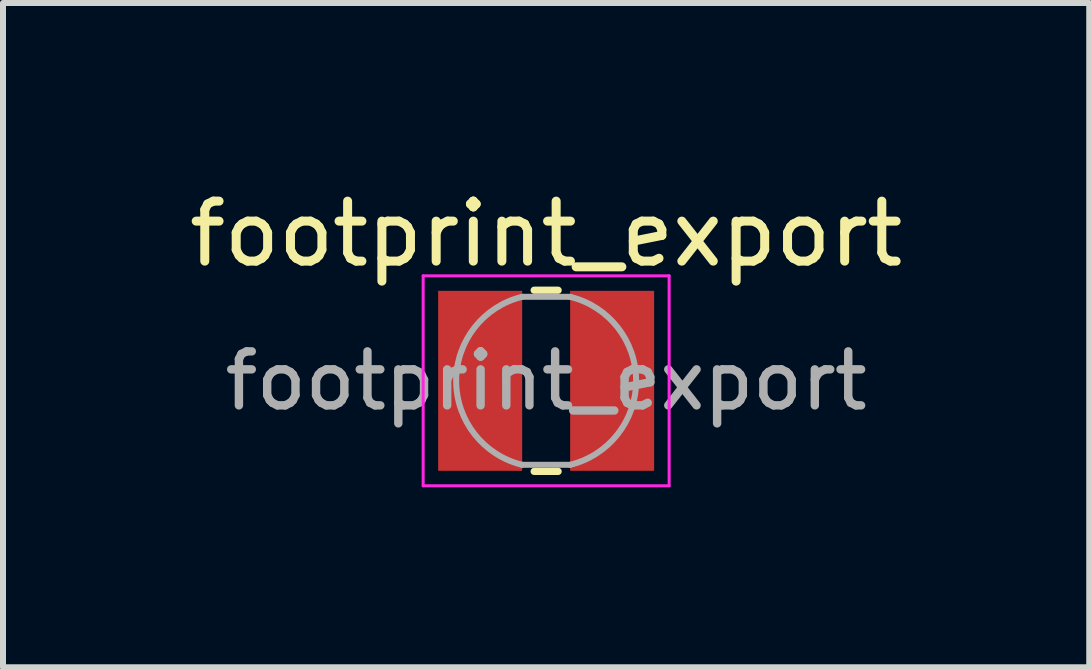
<source format=kicad_pcb>
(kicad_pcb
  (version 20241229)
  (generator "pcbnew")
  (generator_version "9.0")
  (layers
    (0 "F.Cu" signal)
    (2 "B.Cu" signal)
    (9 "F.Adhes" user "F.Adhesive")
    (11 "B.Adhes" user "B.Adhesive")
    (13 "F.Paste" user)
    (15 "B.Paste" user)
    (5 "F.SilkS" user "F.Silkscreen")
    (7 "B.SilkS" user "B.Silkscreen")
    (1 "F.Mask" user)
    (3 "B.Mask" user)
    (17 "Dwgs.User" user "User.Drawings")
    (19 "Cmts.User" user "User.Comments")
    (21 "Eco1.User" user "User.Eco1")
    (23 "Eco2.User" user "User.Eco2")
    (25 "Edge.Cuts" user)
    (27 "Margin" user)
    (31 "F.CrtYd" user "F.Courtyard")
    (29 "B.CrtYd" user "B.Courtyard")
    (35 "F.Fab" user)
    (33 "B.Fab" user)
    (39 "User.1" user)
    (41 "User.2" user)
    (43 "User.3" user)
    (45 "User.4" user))
  (footprint "footprint_export"
    (layer "F.Cu")
    (at 6.054 3.298)
    (property "Reference" "footprint_export" (at 0 -2.45 0) (layer "F.SilkS") (effects (font (size 1 1) (thickness 0.15))))
    (attr smd)
    (fp_line (start -0.2 -1.51) (end 0.2 -1.51) (stroke (width 0.12) (type solid)) (layer "F.SilkS"))
    (fp_line (start -0.2 1.51) (end 0.2 1.51) (stroke (width 0.12) (type solid)) (layer "F.SilkS"))
    (fp_line (start -2.05 -1.75) (end -2.05 1.75) (stroke (width 0.05) (type solid)) (layer "F.CrtYd"))
    (fp_line (start -2.05 1.75) (end 2.05 1.75) (stroke (width 0.05) (type solid)) (layer "F.CrtYd"))
    (fp_line (start 2.05 -1.75) (end -2.05 -1.75) (stroke (width 0.05) (type solid)) (layer "F.CrtYd"))
    (fp_line (start 2.05 1.75) (end 2.05 -1.75) (stroke (width 0.05) (type solid)) (layer "F.CrtYd"))
    (fp_line (start -0.4 -1.4) (end 0.4 -1.4) (stroke (width 0.1) (type solid)) (layer "F.Fab"))
    (fp_line (start -0.4 1.4) (end 0.4 1.4) (stroke (width 0.1) (type solid)) (layer "F.Fab"))
    (fp_arc (start -0.4 1.4) (mid -1.5 0) (end -0.4 -1.4) (stroke (width 0.1) (type solid)) (layer "F.Fab"))
    (fp_arc (start 0.4 -1.4) (mid 1.5 0) (end 0.4 1.4) (stroke (width 0.1) (type solid)) (layer "F.Fab"))
    (fp_text user "${REFERENCE}" (at 0 0 0) (layer "F.Fab") (effects (font (size 0.9 0.9) (thickness 0.14))))
    (pad "1" smd rect (at -1.1 0) (size 1.4 3) (layers "F.Cu" "F.Mask" "F.Paste"))
    (pad "2" smd rect (at 1.1 0) (size 1.4 3) (layers "F.Cu" "F.Mask" "F.Paste")))
  (gr_rect
    (start -3 -3)
    (end 15.107 8.073)
    (stroke (width 0.1) (type default))
    (fill no)
    (layer "Edge.Cuts")))
</source>
